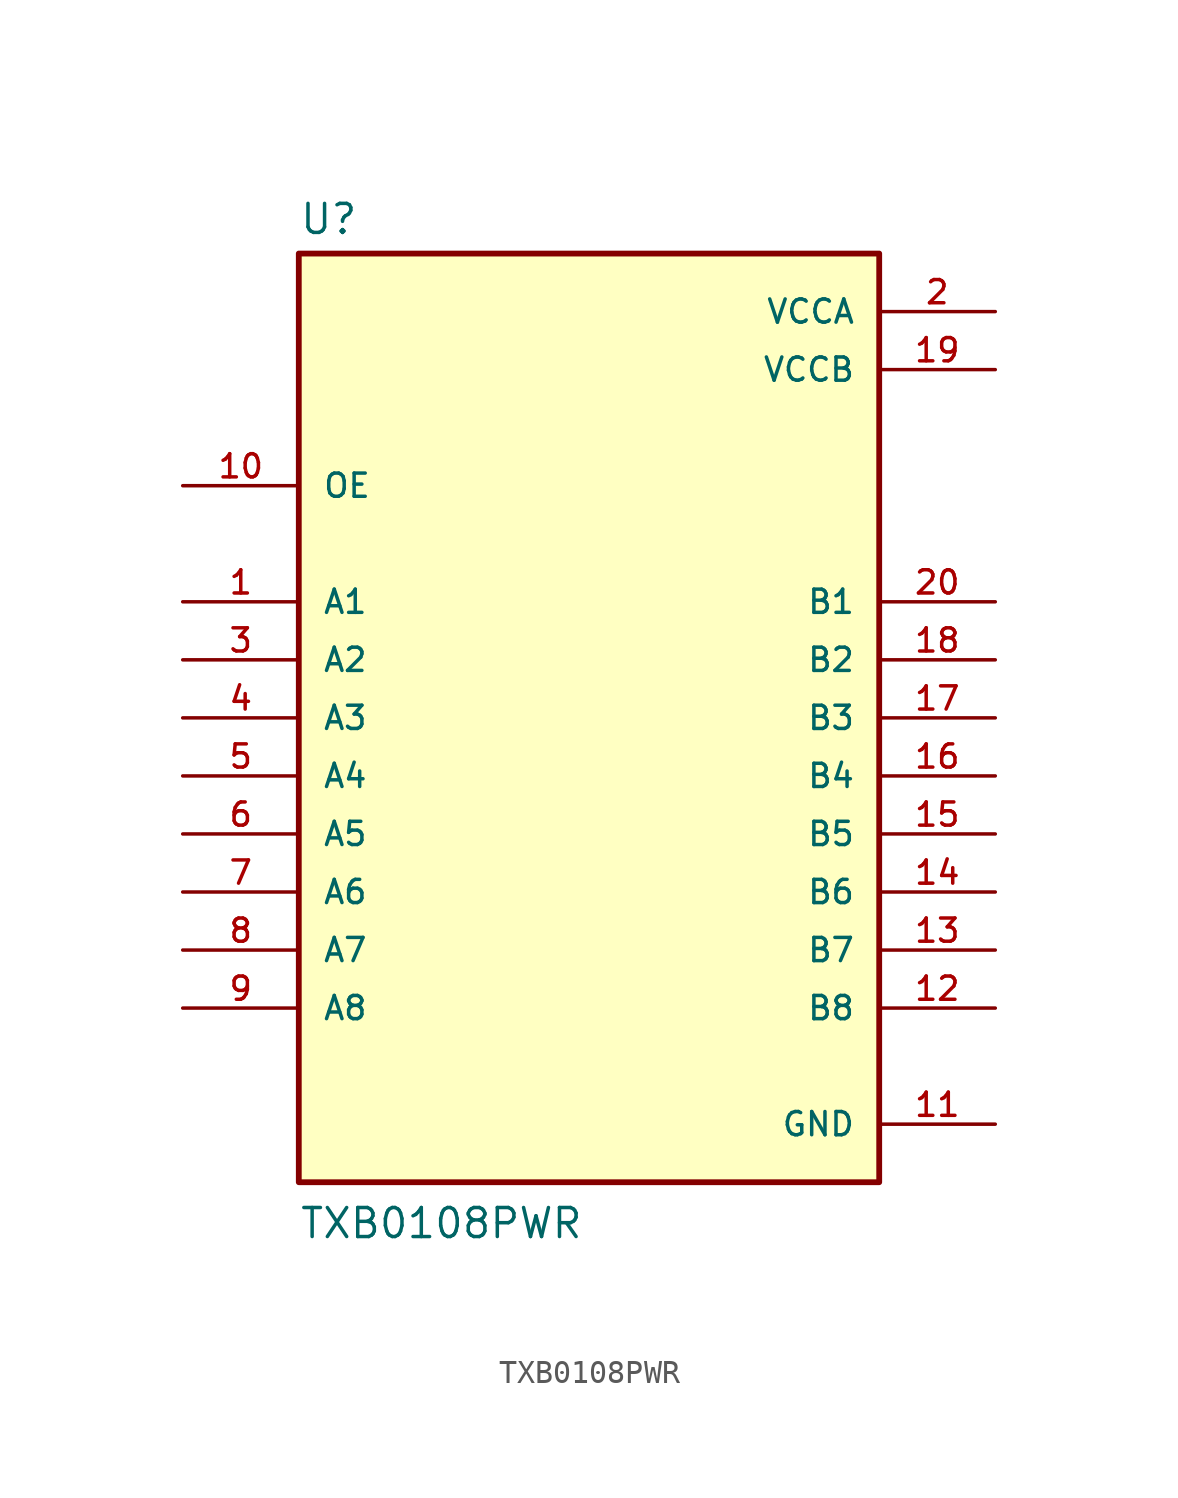
<source format=kicad_sym>
(kicad_symbol_lib
  (version 20211014)
  (generator kicad_symbol_editor)
  (symbol "TXB0108PWR"
    (pin_names
      (offset 1.016))
    (property "Reference" "U"
      (at -12.7 23.622 0.0)
      (effects (font (size 1.27 1.27)) (justify bottom left)))
    (property "Value" "TXB0108PWR"
      (at -12.7 -20.32 0.0)
      (effects (font (size 1.27 1.27)) (justify bottom left)))
    (symbol "TXB0108PWR_0_0"
      (rectangle (start -12.7 -17.78) (end 12.7 22.86) (stroke (width 0.254)) (fill (type background)))
      (pin bidirectional line (at -17.78 7.62 0) (length 5.08) (name "A1" (effects (font (size 1.016 1.016)))) (number "1" (effects (font (size 1.016 1.016)))))
      (pin bidirectional line (at -17.78 5.08 0) (length 5.08) (name "A2" (effects (font (size 1.016 1.016)))) (number "3" (effects (font (size 1.016 1.016)))))
      (pin bidirectional line (at -17.78 2.54 0) (length 5.08) (name "A3" (effects (font (size 1.016 1.016)))) (number "4" (effects (font (size 1.016 1.016)))))
      (pin bidirectional line (at -17.78 0.0 0) (length 5.08) (name "A4" (effects (font (size 1.016 1.016)))) (number "5" (effects (font (size 1.016 1.016)))))
      (pin bidirectional line (at 17.78 7.62 180.0) (length 5.08) (name "B1" (effects (font (size 1.016 1.016)))) (number "20" (effects (font (size 1.016 1.016)))))
      (pin bidirectional line (at 17.78 5.08 180.0) (length 5.08) (name "B2" (effects (font (size 1.016 1.016)))) (number "18" (effects (font (size 1.016 1.016)))))
      (pin bidirectional line (at 17.78 2.54 180.0) (length 5.08) (name "B3" (effects (font (size 1.016 1.016)))) (number "17" (effects (font (size 1.016 1.016)))))
      (pin bidirectional line (at 17.78 0.0 180.0) (length 5.08) (name "B4" (effects (font (size 1.016 1.016)))) (number "16" (effects (font (size 1.016 1.016)))))
      (pin input line (at -17.78 12.7 0) (length 5.08) (name "OE" (effects (font (size 1.016 1.016)))) (number "10" (effects (font (size 1.016 1.016)))))
      (pin power_in line (at 17.78 20.32 180.0) (length 5.08) (name "VCCA" (effects (font (size 1.016 1.016)))) (number "2" (effects (font (size 1.016 1.016)))))
      (pin power_in line (at 17.78 17.78 180.0) (length 5.08) (name "VCCB" (effects (font (size 1.016 1.016)))) (number "19" (effects (font (size 1.016 1.016)))))
      (pin bidirectional line (at -17.78 -2.54 0) (length 5.08) (name "A5" (effects (font (size 1.016 1.016)))) (number "6" (effects (font (size 1.016 1.016)))))
      (pin bidirectional line (at -17.78 -5.08 0) (length 5.08) (name "A6" (effects (font (size 1.016 1.016)))) (number "7" (effects (font (size 1.016 1.016)))))
      (pin bidirectional line (at -17.78 -7.62 0) (length 5.08) (name "A7" (effects (font (size 1.016 1.016)))) (number "8" (effects (font (size 1.016 1.016)))))
      (pin bidirectional line (at -17.78 -10.16 0) (length 5.08) (name "A8" (effects (font (size 1.016 1.016)))) (number "9" (effects (font (size 1.016 1.016)))))
      (pin bidirectional line (at 17.78 -2.54 180.0) (length 5.08) (name "B5" (effects (font (size 1.016 1.016)))) (number "15" (effects (font (size 1.016 1.016)))))
      (pin bidirectional line (at 17.78 -5.08 180.0) (length 5.08) (name "B6" (effects (font (size 1.016 1.016)))) (number "14" (effects (font (size 1.016 1.016)))))
      (pin bidirectional line (at 17.78 -7.62 180.0) (length 5.08) (name "B7" (effects (font (size 1.016 1.016)))) (number "13" (effects (font (size 1.016 1.016)))))
      (pin bidirectional line (at 17.78 -10.16 180.0) (length 5.08) (name "B8" (effects (font (size 1.016 1.016)))) (number "12" (effects (font (size 1.016 1.016)))))
      (pin power_in line (at 17.78 -15.24 180.0) (length 5.08) (name "GND" (effects (font (size 1.016 1.016)))) (number "11" (effects (font (size 1.016 1.016))))))))
</source>
